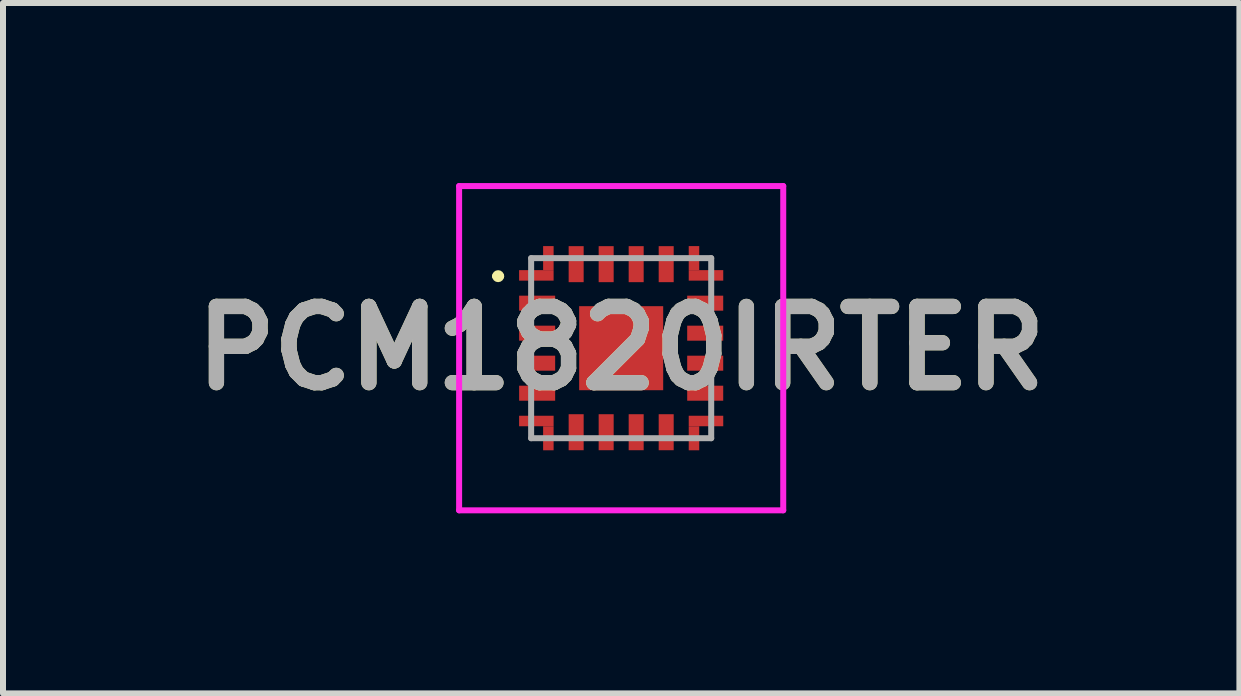
<source format=kicad_pcb>
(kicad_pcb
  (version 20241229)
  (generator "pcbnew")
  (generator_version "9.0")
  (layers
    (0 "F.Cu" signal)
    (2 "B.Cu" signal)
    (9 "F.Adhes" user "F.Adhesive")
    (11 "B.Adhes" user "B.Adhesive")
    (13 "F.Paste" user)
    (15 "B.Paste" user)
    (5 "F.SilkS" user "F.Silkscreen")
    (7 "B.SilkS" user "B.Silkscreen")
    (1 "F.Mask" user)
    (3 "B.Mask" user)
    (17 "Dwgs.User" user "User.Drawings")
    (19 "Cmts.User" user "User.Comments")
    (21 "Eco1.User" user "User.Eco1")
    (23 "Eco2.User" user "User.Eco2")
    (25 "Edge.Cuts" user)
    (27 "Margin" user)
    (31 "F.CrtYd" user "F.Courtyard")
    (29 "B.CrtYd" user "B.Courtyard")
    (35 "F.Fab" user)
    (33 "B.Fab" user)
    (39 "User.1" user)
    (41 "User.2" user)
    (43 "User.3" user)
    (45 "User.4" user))
  (footprint "PCM1820IRTER"
    (layer "F.Cu")
    (at 7.299 2.751)
    (property "Reference" "PCM1820IRTER" (at 0 0 0) (layer "F.SilkS") (effects (font (size 1.27 1.27) (thickness 0.254))))
    (attr smd)
    (fp_line (start -2.1 -1.2) (end -2.1 -1.2) (stroke (width 0.1) (type solid)) (layer "F.SilkS"))
    (fp_line (start -2 -1.2) (end -2 -1.2) (stroke (width 0.1) (type solid)) (layer "F.SilkS"))
    (fp_arc (start -2.1 -1.2) (mid -2.05 -1.25) (end -2 -1.2) (stroke (width 0.1) (type solid)) (layer "F.SilkS"))
    (fp_arc (start -2 -1.2) (mid -2.05 -1.15) (end -2.1 -1.2) (stroke (width 0.1) (type solid)) (layer "F.SilkS"))
    (fp_line (start -2.7 -2.701) (end 2.7 -2.701) (stroke (width 0.1) (type solid)) (layer "F.CrtYd"))
    (fp_line (start -2.7 2.701) (end -2.7 -2.701) (stroke (width 0.1) (type solid)) (layer "F.CrtYd"))
    (fp_line (start 2.7 -2.701) (end 2.7 2.701) (stroke (width 0.1) (type solid)) (layer "F.CrtYd"))
    (fp_line (start 2.7 2.701) (end -2.7 2.701) (stroke (width 0.1) (type solid)) (layer "F.CrtYd"))
    (fp_line (start -1.5 -1.5) (end 1.5 -1.5) (stroke (width 0.1) (type solid)) (layer "F.Fab"))
    (fp_line (start -1.5 1.5) (end -1.5 -1.5) (stroke (width 0.1) (type solid)) (layer "F.Fab"))
    (fp_line (start 1.5 -1.5) (end 1.5 1.5) (stroke (width 0.1) (type solid)) (layer "F.Fab"))
    (fp_line (start 1.5 1.5) (end -1.5 1.5) (stroke (width 0.1) (type solid)) (layer "F.Fab"))
    (fp_text user "${REFERENCE}" (at 0 0 0) (layer "F.Fab") (effects (font (size 1.27 1.27) (thickness 0.254))))
    (pad "1" smd rect (at -1.4 -0.75 90) (size 0.25 0.6) (layers "F.Cu" "F.Mask" "F.Paste"))
    (pad "2" smd rect (at -1.4 -0.25 90) (size 0.25 0.6) (layers "F.Cu" "F.Mask" "F.Paste"))
    (pad "3" smd rect (at -1.4 0.25 90) (size 0.25 0.6) (layers "F.Cu" "F.Mask" "F.Paste"))
    (pad "4" smd rect (at -1.4 0.75 90) (size 0.25 0.6) (layers "F.Cu" "F.Mask" "F.Paste"))
    (pad "5" smd rect (at -1.413 1.213 90) (size 0.175 0.575) (layers "F.Cu" "F.Mask" "F.Paste"))
    (pad "6" smd rect (at -0.75 1.4) (size 0.25 0.6) (layers "F.Cu" "F.Mask" "F.Paste"))
    (pad "7" smd rect (at -0.25 1.4) (size 0.25 0.6) (layers "F.Cu" "F.Mask" "F.Paste"))
    (pad "8" smd rect (at 0.25 1.4) (size 0.25 0.6) (layers "F.Cu" "F.Mask" "F.Paste"))
    (pad "9" smd rect (at 0.75 1.4) (size 0.25 0.6) (layers "F.Cu" "F.Mask" "F.Paste"))
    (pad "10" smd rect (at 1.213 1.501) (size 0.175 0.4) (layers "F.Cu" "F.Mask" "F.Paste"))
    (pad "11" smd rect (at 1.4 0.75 90) (size 0.25 0.6) (layers "F.Cu" "F.Mask" "F.Paste"))
    (pad "12" smd rect (at 1.4 0.25 90) (size 0.25 0.6) (layers "F.Cu" "F.Mask" "F.Paste"))
    (pad "13" smd rect (at 1.4 -0.25 90) (size 0.25 0.6) (layers "F.Cu" "F.Mask" "F.Paste"))
    (pad "14" smd rect (at 1.4 -0.75 90) (size 0.25 0.6) (layers "F.Cu" "F.Mask" "F.Paste"))
    (pad "15" smd rect (at 1.413 -1.213 90) (size 0.175 0.575) (layers "F.Cu" "F.Mask" "F.Paste"))
    (pad "16" smd rect (at 0.75 -1.4) (size 0.25 0.6) (layers "F.Cu" "F.Mask" "F.Paste"))
    (pad "17" smd rect (at 0.25 -1.4) (size 0.25 0.6) (layers "F.Cu" "F.Mask" "F.Paste"))
    (pad "18" smd rect (at -0.25 -1.4) (size 0.25 0.6) (layers "F.Cu" "F.Mask" "F.Paste"))
    (pad "19" smd rect (at -0.75 -1.4) (size 0.25 0.6) (layers "F.Cu" "F.Mask" "F.Paste"))
    (pad "20" smd rect (at -1.213 -1.501) (size 0.175 0.4) (layers "F.Cu" "F.Mask" "F.Paste"))
    (pad "21" smd rect (at 0 0) (size 1.4 1.4) (layers "F.Cu" "F.Mask" "F.Paste"))
    (pad "22" smd rect (at -1.413 -1.213 90) (size 0.175 0.575) (layers "F.Cu" "F.Mask" "F.Paste"))
    (pad "23" smd rect (at -1.213 1.501) (size 0.175 0.4) (layers "F.Cu" "F.Mask" "F.Paste"))
    (pad "24" smd rect (at 1.413 1.213 90) (size 0.175 0.575) (layers "F.Cu" "F.Mask" "F.Paste"))
    (pad "25" smd rect (at 1.213 -1.501) (size 0.175 0.4) (layers "F.Cu" "F.Mask" "F.Paste")))
  (gr_rect
    (start -3 -3)
    (end 17.599 8.502)
    (stroke (width 0.1) (type default))
    (fill no)
    (layer "Edge.Cuts")))
</source>
